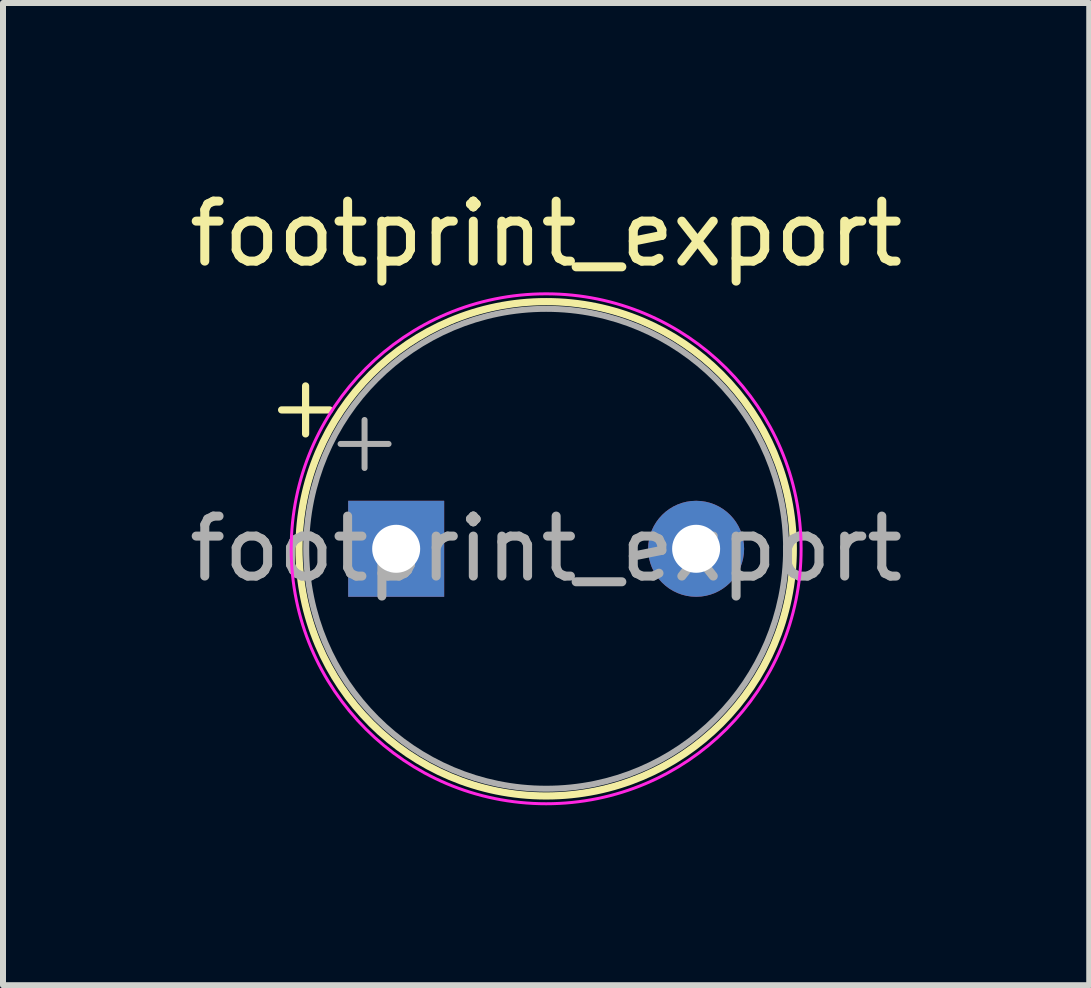
<source format=kicad_pcb>
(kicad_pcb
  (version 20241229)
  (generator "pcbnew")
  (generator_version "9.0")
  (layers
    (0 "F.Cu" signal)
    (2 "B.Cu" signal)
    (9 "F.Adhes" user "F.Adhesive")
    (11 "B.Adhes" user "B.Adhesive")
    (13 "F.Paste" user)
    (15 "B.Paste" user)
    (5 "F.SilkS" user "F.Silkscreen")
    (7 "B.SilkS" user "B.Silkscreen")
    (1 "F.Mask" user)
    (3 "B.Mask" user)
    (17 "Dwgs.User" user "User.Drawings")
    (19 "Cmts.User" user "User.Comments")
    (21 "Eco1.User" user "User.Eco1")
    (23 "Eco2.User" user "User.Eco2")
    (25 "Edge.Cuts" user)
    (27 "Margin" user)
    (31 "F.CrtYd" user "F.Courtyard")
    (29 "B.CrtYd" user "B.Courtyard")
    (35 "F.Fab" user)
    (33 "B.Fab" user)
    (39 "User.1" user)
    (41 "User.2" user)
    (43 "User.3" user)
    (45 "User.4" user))
  (footprint "footprint_export"
    (layer "F.Cu")
    (at 3.554 6.098)
    (property "Reference" "footprint_export" (at 2.5 -5.25 0) (layer "F.SilkS") (effects (font (size 1 1) (thickness 0.15))))
    (attr through_hole)
    (fp_line (start -1.91 -2.315) (end -1.11 -2.315) (stroke (width 0.12) (type solid)) (layer "F.SilkS"))
    (fp_line (start -1.51 -2.715) (end -1.51 -1.915) (stroke (width 0.12) (type solid)) (layer "F.SilkS"))
    (fp_circle (center 2.5 0) (end 6.62 0) (stroke (width 0.12) (type solid)) (fill no) (layer "F.SilkS"))
    (fp_circle (center 2.5 0) (end 6.75 0) (stroke (width 0.05) (type solid)) (fill no) (layer "F.CrtYd"))
    (fp_line (start -0.927 -1.748) (end -0.127 -1.748) (stroke (width 0.1) (type solid)) (layer "F.Fab"))
    (fp_line (start -0.527 -2.147) (end -0.527 -1.347) (stroke (width 0.1) (type solid)) (layer "F.Fab"))
    (fp_circle (center 2.5 0) (end 6.5 0) (stroke (width 0.1) (type solid)) (fill no) (layer "F.Fab"))
    (fp_text user "${REFERENCE}" (at 2.5 0 0) (layer "F.Fab") (effects (font (size 1 1) (thickness 0.15))))
    (pad "1" thru_hole rect (at 0 0) (size 1.6 1.6) (drill 0.8) (layers "*.Cu" "*.Mask"))
    (pad "2" thru_hole circle (at 5 0) (size 1.6 1.6) (drill 0.8) (layers "*.Cu" "*.Mask")))
  (gr_rect
    (start -3 -3)
    (end 15.107 13.373)
    (stroke (width 0.1) (type default))
    (fill no)
    (layer "Edge.Cuts")))
</source>
